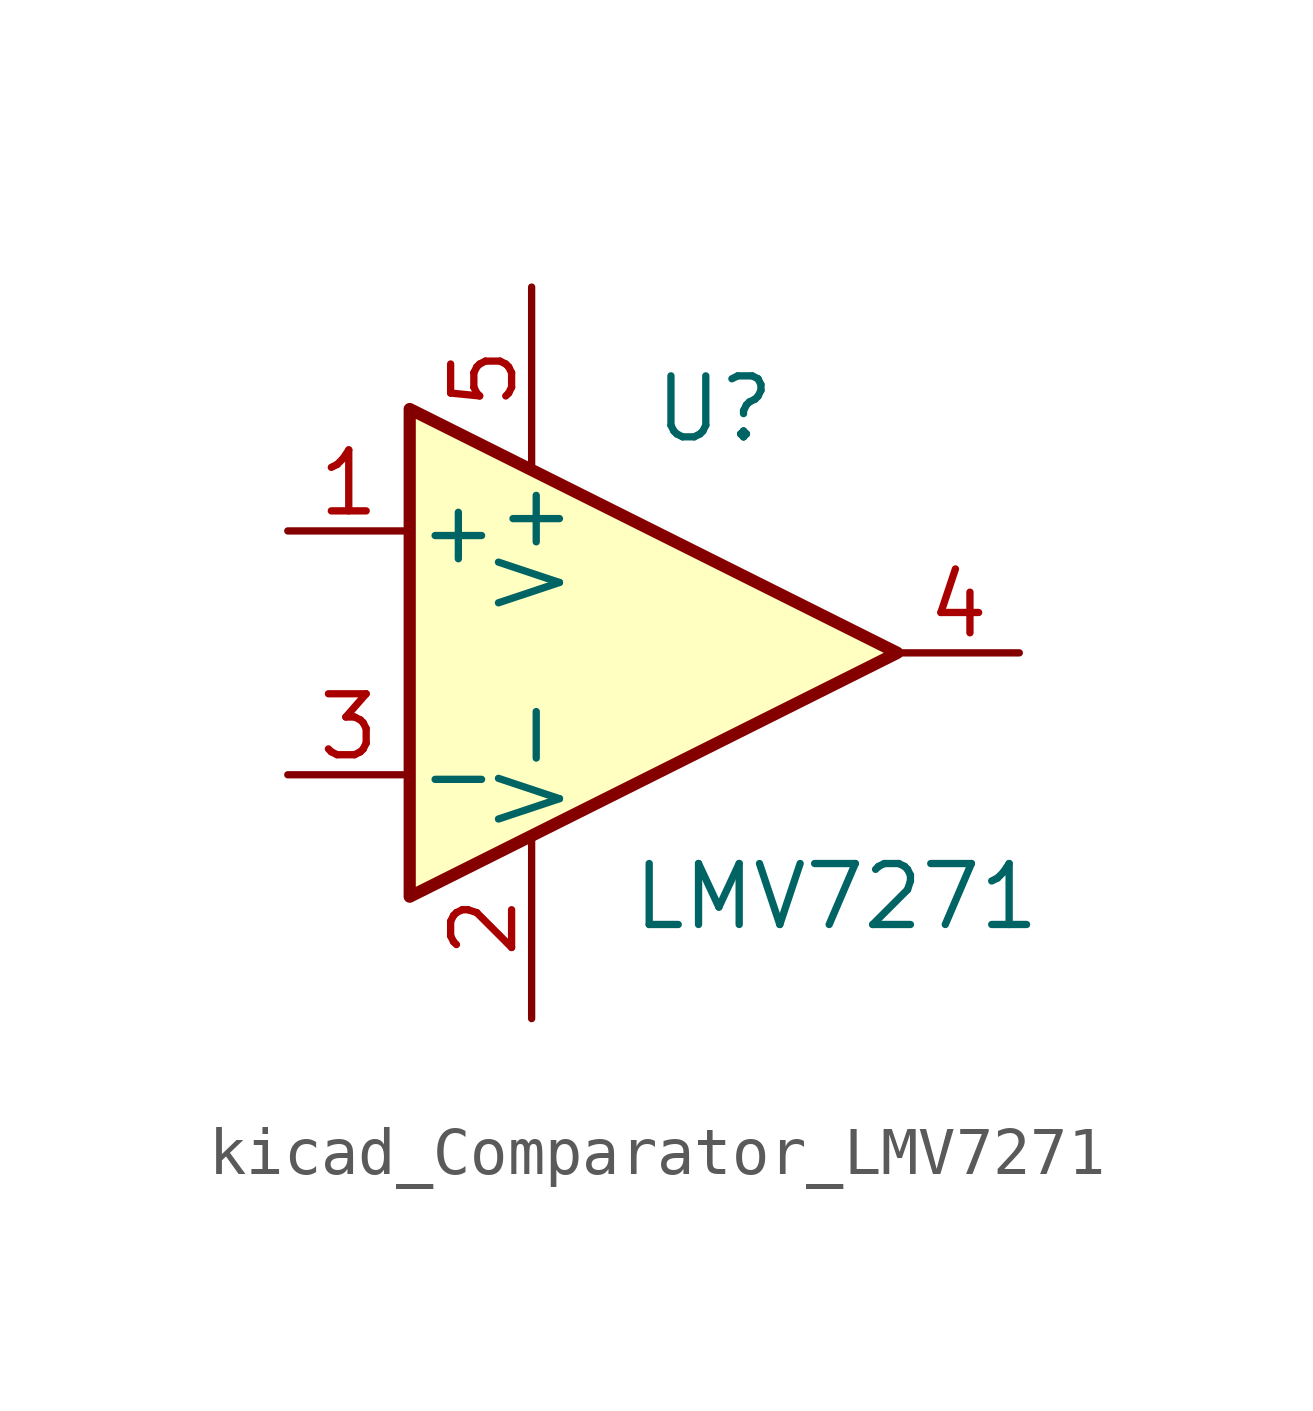
<source format=kicad_sym>
(kicad_symbol_lib
  (version 20220914)
  (generator kicad_symbol_editor)
  (symbol "kicad_Comparator_LMV7271"
    (pin_names
      (offset 0.127))
    (property "Reference" "U"
      (at 1.27 5.08 0)
      (effects (font (size 1.27 1.27))))
    (property "Value" "LMV7271"
      (at 3.81 -5.08 0)
      (effects (font (size 1.27 1.27))))
    (symbol "kicad_Comparator_LMV7271_0_1"
      (polyline (pts (xy -5.08 5.08) (xy 5.08 0) (xy -5.08 -5.08) (xy -5.08 5.08)) (stroke (width 0.254) (type default)) (fill (type background))))
    (symbol "kicad_Comparator_LMV7271_1_1"
      (pin input line (at -7.62 2.54 0) (length 2.54) (name "+" (effects (font (size 1.27 1.27)))) (number "1" (effects (font (size 1.27 1.27)))))
      (pin power_in line (at -2.54 -7.62 90) (length 3.81) (name "V-" (effects (font (size 1.27 1.27)))) (number "2" (effects (font (size 1.27 1.27)))))
      (pin input line (at -7.62 -2.54 0) (length 2.54) (name "-" (effects (font (size 1.27 1.27)))) (number "3" (effects (font (size 1.27 1.27)))))
      (pin output line (at 7.62 0 180) (length 2.54) (name "~" (effects (font (size 1.27 1.27)))) (number "4" (effects (font (size 1.27 1.27)))))
      (pin power_in line (at -2.54 7.62 270) (length 3.81) (name "V+" (effects (font (size 1.27 1.27)))) (number "5" (effects (font (size 1.27 1.27))))))))
</source>
